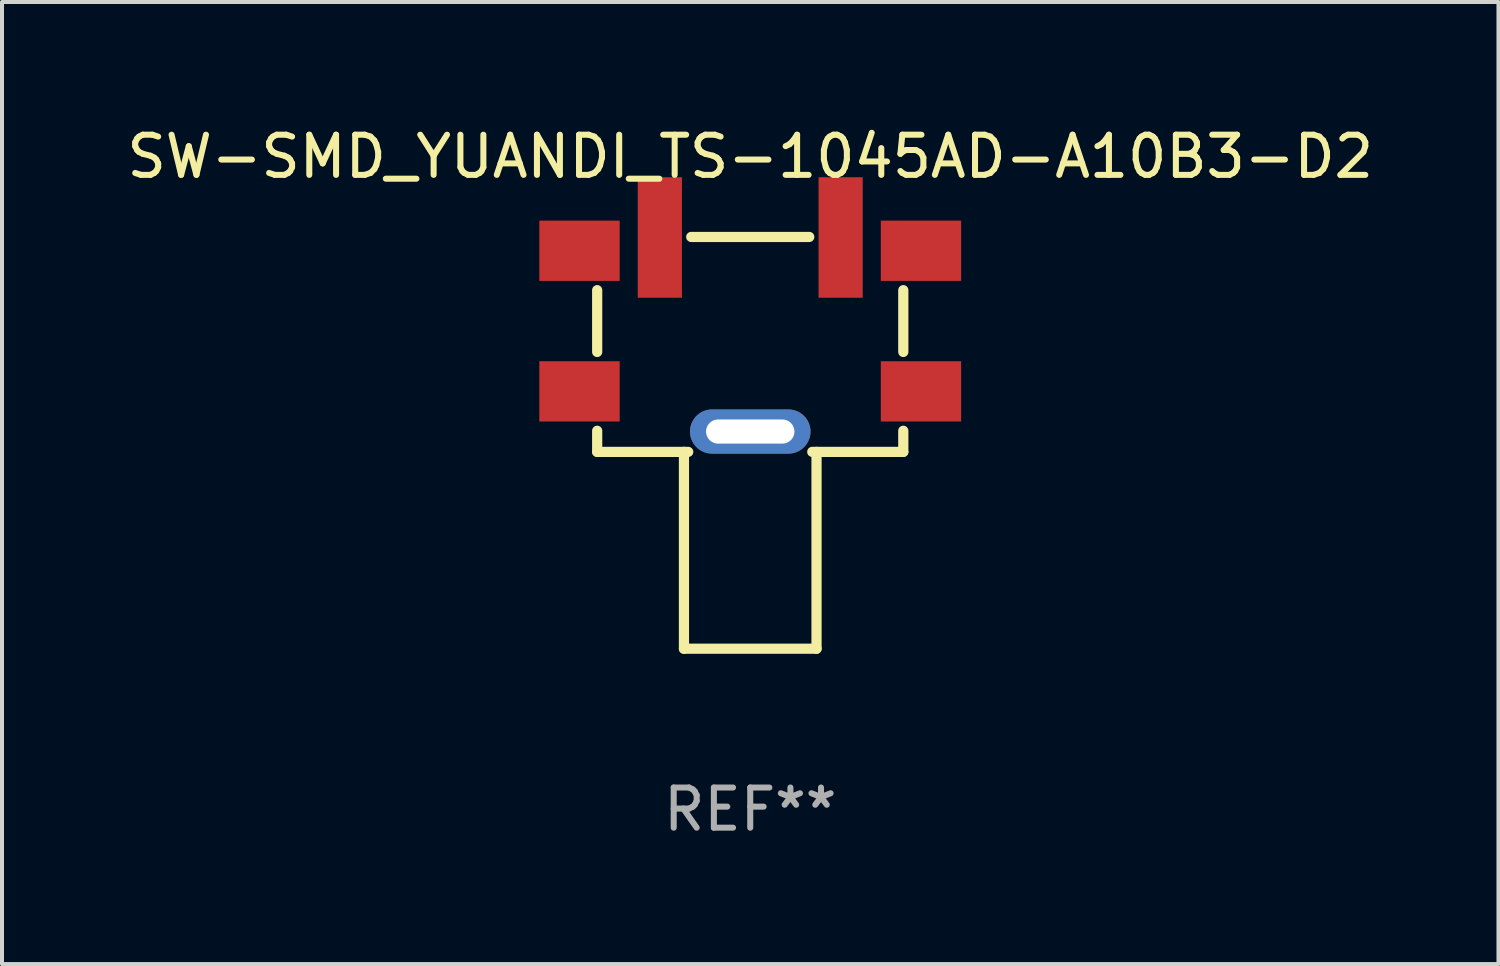
<source format=kicad_pcb>
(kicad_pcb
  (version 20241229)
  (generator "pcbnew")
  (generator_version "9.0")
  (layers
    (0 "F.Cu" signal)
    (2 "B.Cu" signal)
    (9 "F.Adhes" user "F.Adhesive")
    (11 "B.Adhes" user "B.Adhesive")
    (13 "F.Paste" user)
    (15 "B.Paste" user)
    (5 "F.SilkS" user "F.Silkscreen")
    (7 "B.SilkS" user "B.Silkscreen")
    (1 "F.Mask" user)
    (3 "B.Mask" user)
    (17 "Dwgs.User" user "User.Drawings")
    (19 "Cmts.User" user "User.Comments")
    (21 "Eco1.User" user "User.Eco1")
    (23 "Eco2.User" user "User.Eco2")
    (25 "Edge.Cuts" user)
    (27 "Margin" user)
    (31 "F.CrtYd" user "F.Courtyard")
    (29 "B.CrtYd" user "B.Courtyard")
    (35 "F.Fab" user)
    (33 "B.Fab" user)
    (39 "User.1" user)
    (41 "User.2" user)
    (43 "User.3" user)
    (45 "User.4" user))
  (footprint "SW-SMD_YUANDI_TS-1045AD-A10B3-D2"
    (layer "F.Cu")
    (at 15.625 5.277)
    (property "Reference" "SW-SMD_YUANDI_TS-1045AD-A10B3-D2" (at -0.000013 -4.429 0) (layer "F.SilkS") (effects (font (size 1 1) (thickness 0.15))))
    (attr through_hole)
    (fp_line (start -3.81 0.434) (end -3.81 -1.104) (stroke (width 0.254) (type solid)) (layer "F.SilkS"))
    (fp_line (start -3.81 2.921) (end -3.81 2.396) (stroke (width 0.254) (type solid)) (layer "F.SilkS"))
    (fp_line (start -3.81 2.921) (end -1.544 2.921) (stroke (width 0.254) (type solid)) (layer "F.SilkS"))
    (fp_line (start -1.65 2.921) (end -1.65 7.821) (stroke (width 0.254) (type solid)) (layer "F.SilkS"))
    (fp_line (start -1.65 7.821) (end 1.65 7.821) (stroke (width 0.254) (type solid)) (layer "F.SilkS"))
    (fp_line (start 1.469 -2.429) (end -1.469 -2.429) (stroke (width 0.254) (type solid)) (layer "F.SilkS"))
    (fp_line (start 1.544 2.921) (end 3.81 2.921) (stroke (width 0.254) (type solid)) (layer "F.SilkS"))
    (fp_line (start 1.65 2.921) (end 1.65 7.821) (stroke (width 0.254) (type solid)) (layer "F.SilkS"))
    (fp_line (start 3.81 0.434) (end 3.81 -1.104) (stroke (width 0.254) (type solid)) (layer "F.SilkS"))
    (fp_line (start 3.81 2.921) (end 3.81 2.396) (stroke (width 0.254) (type solid)) (layer "F.SilkS"))
    (fp_text user "REF**" (at -0.000013 11.821 0) (layer "F.Fab") (effects (font (size 1 1) (thickness 0.15))))
    (pad "1" smd rect (at -2.25 -2.415) (size 1.1 3) (layers "F.Cu" "F.Mask" "F.Paste"))
    (pad "2" smd rect (at 2.25 -2.415) (size 1.1 3) (layers "F.Cu" "F.Mask" "F.Paste"))
    (pad "3" smd rect (at -4.25 -2.085 180) (size 2 1.5) (layers "F.Cu" "F.Mask" "F.Paste"))
    (pad "3" smd rect (at -4.25 1.415 180) (size 2 1.5) (layers "F.Cu" "F.Mask" "F.Paste"))
    (pad "3" thru_hole oval (at -0.000025 2.415 90) (size 1.1 3) (drill oval 0.6 2.2) (layers "*.Cu" "*.Mask"))
    (pad "3" smd rect (at 4.25 -2.085 180) (size 2 1.5) (layers "F.Cu" "F.Mask" "F.Paste"))
    (pad "3" smd rect (at 4.25 1.415 180) (size 2 1.5) (layers "F.Cu" "F.Mask" "F.Paste")))
  (gr_rect
    (start -3 -3)
    (end 34.25 20.947)
    (stroke (width 0.1) (type default))
    (fill no)
    (layer "Edge.Cuts")))
</source>
